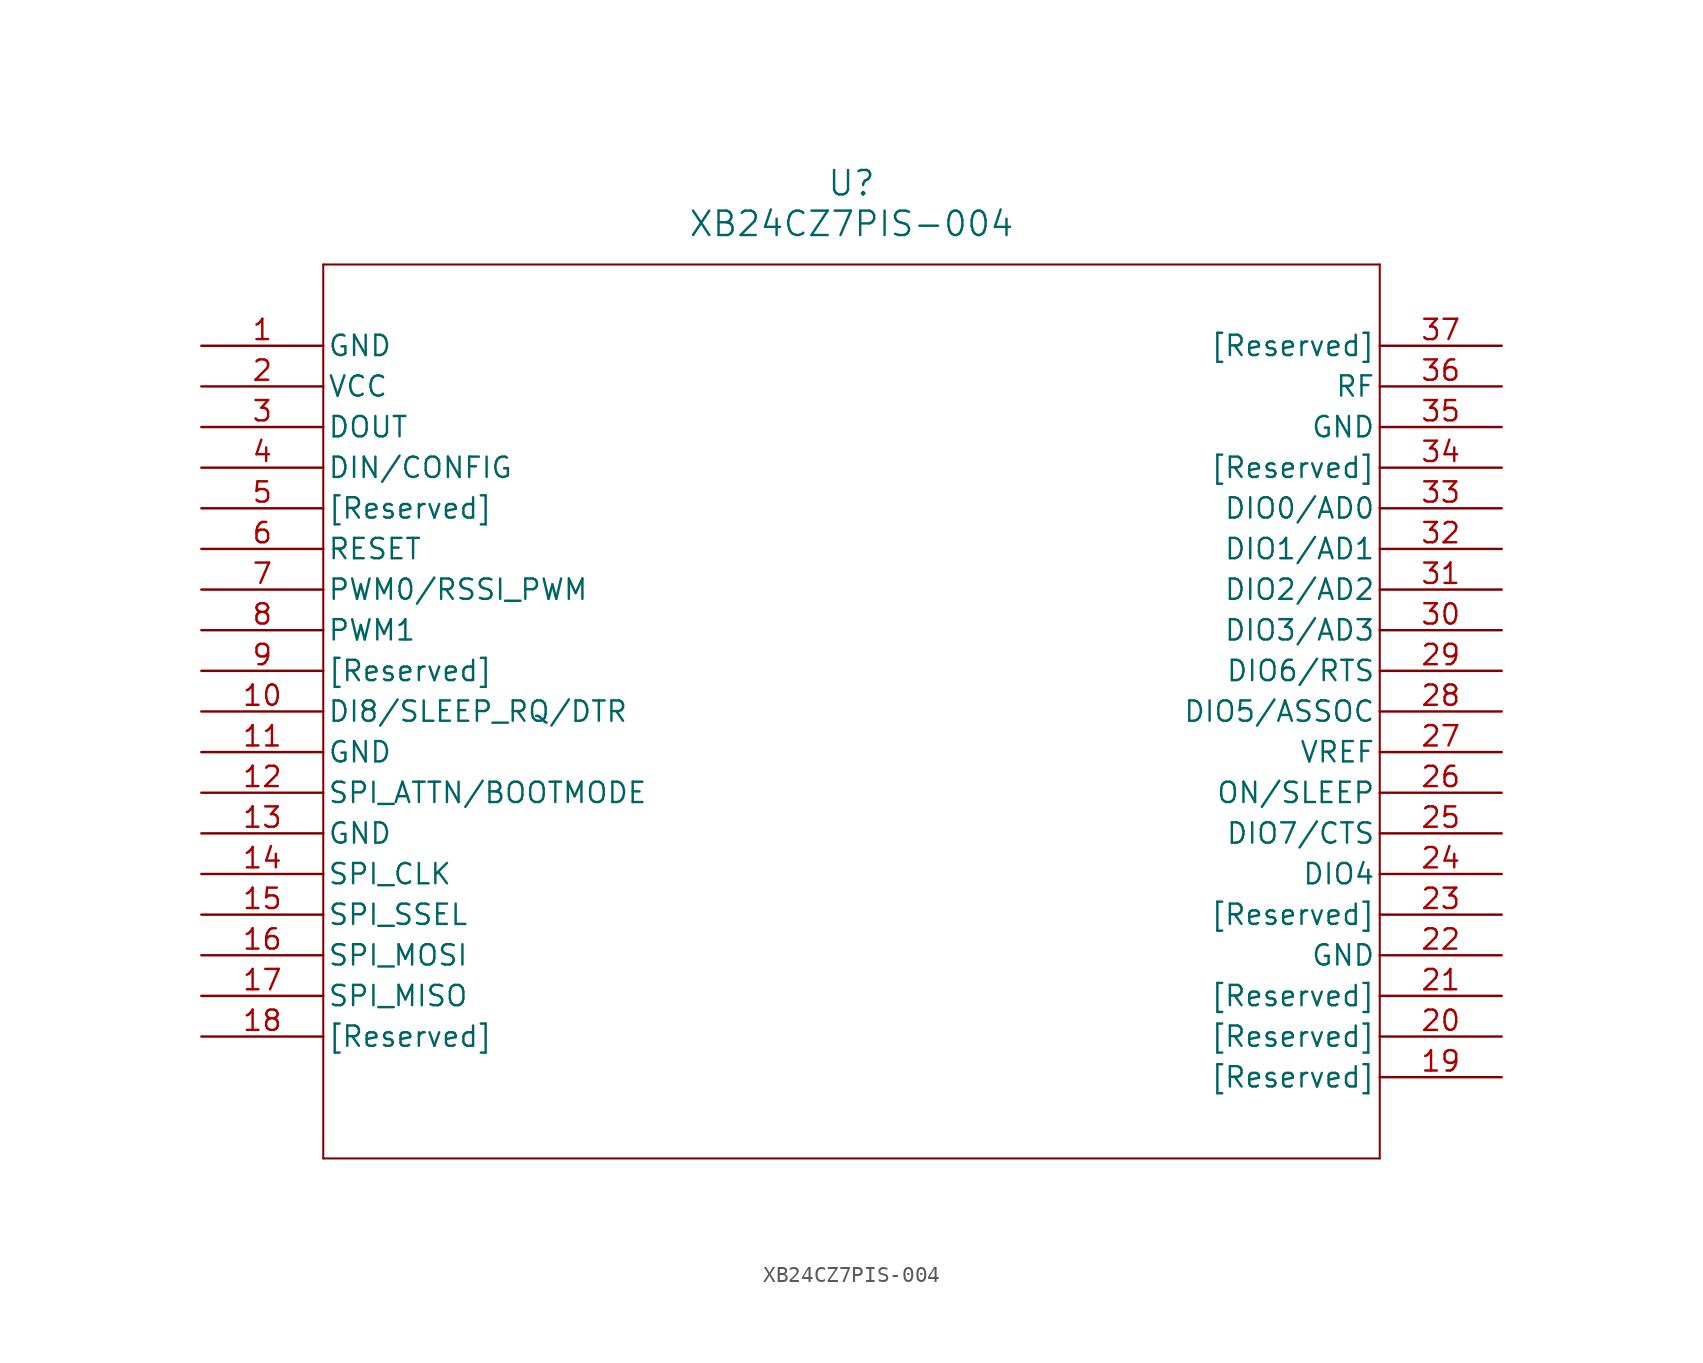
<source format=kicad_sym>
(kicad_symbol_lib
  (version 20211014)
  (generator kicad_symbol_editor)
  (symbol "XB24CZ7PIS-004"
    (pin_names
      (offset 0.254))
    (property "Reference" "U"
      (at 40.64 10.16 0)
      (effects (font (size 1.524 1.524))))
    (property "Value" "XB24CZ7PIS-004"
      (at 40.64 7.62 0)
      (effects (font (size 1.524 1.524))))
    (symbol "XB24CZ7PIS-004_0_1"
      (polyline (pts (xy 7.62 5.08) (xy 7.62 -50.8)) (stroke (width 0.127) (type default) (color 0 0 0 0)) (fill (type none)))
      (polyline (pts (xy 7.62 -50.8) (xy 73.66 -50.8)) (stroke (width 0.127) (type default) (color 0 0 0 0)) (fill (type none)))
      (polyline (pts (xy 73.66 -50.8) (xy 73.66 5.08)) (stroke (width 0.127) (type default) (color 0 0 0 0)) (fill (type none)))
      (polyline (pts (xy 73.66 5.08) (xy 7.62 5.08)) (stroke (width 0.127) (type default) (color 0 0 0 0)) (fill (type none)))
      (pin unspecified line (at 0 0 0) (length 7.62) (name "GND" (effects (font (size 1.27 1.27)))) (number "1" (effects (font (size 1.27 1.27)))))
      (pin unspecified line (at 0 -2.54 0) (length 7.62) (name "VCC" (effects (font (size 1.27 1.27)))) (number "2" (effects (font (size 1.27 1.27)))))
      (pin unspecified line (at 0 -5.08 0) (length 7.62) (name "DOUT" (effects (font (size 1.27 1.27)))) (number "3" (effects (font (size 1.27 1.27)))))
      (pin unspecified line (at 0 -7.62 0) (length 7.62) (name "DIN/CONFIG" (effects (font (size 1.27 1.27)))) (number "4" (effects (font (size 1.27 1.27)))))
      (pin unspecified line (at 0 -10.16 0) (length 7.62) (name "[Reserved]" (effects (font (size 1.27 1.27)))) (number "5" (effects (font (size 1.27 1.27)))))
      (pin unspecified line (at 0 -12.7 0) (length 7.62) (name "RESET" (effects (font (size 1.27 1.27)))) (number "6" (effects (font (size 1.27 1.27)))))
      (pin unspecified line (at 0 -15.24 0) (length 7.62) (name "PWM0/RSSI PWM" (effects (font (size 1.27 1.27)))) (number "7" (effects (font (size 1.27 1.27)))))
      (pin unspecified line (at 0 -17.78 0) (length 7.62) (name "PWM1" (effects (font (size 1.27 1.27)))) (number "8" (effects (font (size 1.27 1.27)))))
      (pin unspecified line (at 0 -20.32 0) (length 7.62) (name "[Reserved]" (effects (font (size 1.27 1.27)))) (number "9" (effects (font (size 1.27 1.27)))))
      (pin unspecified line (at 0 -22.86 0) (length 7.62) (name "DI8/SLEEP_RQ/DTR" (effects (font (size 1.27 1.27)))) (number "10" (effects (font (size 1.27 1.27)))))
      (pin unspecified line (at 0 -25.4 0) (length 7.62) (name "GND" (effects (font (size 1.27 1.27)))) (number "11" (effects (font (size 1.27 1.27)))))
      (pin unspecified line (at 0 -27.94 0) (length 7.62) (name "SPI_ATTN/BOOTMODE" (effects (font (size 1.27 1.27)))) (number "12" (effects (font (size 1.27 1.27)))))
      (pin unspecified line (at 0 -30.48 0) (length 7.62) (name "GND" (effects (font (size 1.27 1.27)))) (number "13" (effects (font (size 1.27 1.27)))))
      (pin unspecified line (at 0 -33.02 0) (length 7.62) (name "SPI_CLK" (effects (font (size 1.27 1.27)))) (number "14" (effects (font (size 1.27 1.27)))))
      (pin unspecified line (at 0 -35.56 0) (length 7.62) (name "SPI_SSEL" (effects (font (size 1.27 1.27)))) (number "15" (effects (font (size 1.27 1.27)))))
      (pin unspecified line (at 0 -38.1 0) (length 7.62) (name "SPI_MOSI" (effects (font (size 1.27 1.27)))) (number "16" (effects (font (size 1.27 1.27)))))
      (pin unspecified line (at 0 -40.64 0) (length 7.62) (name "SPI_MISO" (effects (font (size 1.27 1.27)))) (number "17" (effects (font (size 1.27 1.27)))))
      (pin unspecified line (at 0 -43.18 0) (length 7.62) (name "[Reserved]" (effects (font (size 1.27 1.27)))) (number "18" (effects (font (size 1.27 1.27)))))
      (pin unspecified line (at 81.28 -45.72 180) (length 7.62) (name "[Reserved]" (effects (font (size 1.27 1.27)))) (number "19" (effects (font (size 1.27 1.27)))))
      (pin unspecified line (at 81.28 -43.18 180) (length 7.62) (name "[Reserved]" (effects (font (size 1.27 1.27)))) (number "20" (effects (font (size 1.27 1.27)))))
      (pin unspecified line (at 81.28 -40.64 180) (length 7.62) (name "[Reserved]" (effects (font (size 1.27 1.27)))) (number "21" (effects (font (size 1.27 1.27)))))
      (pin unspecified line (at 81.28 -38.1 180) (length 7.62) (name "GND" (effects (font (size 1.27 1.27)))) (number "22" (effects (font (size 1.27 1.27)))))
      (pin unspecified line (at 81.28 -35.56 180) (length 7.62) (name "[Reserved]" (effects (font (size 1.27 1.27)))) (number "23" (effects (font (size 1.27 1.27)))))
      (pin unspecified line (at 81.28 -33.02 180) (length 7.62) (name "DIO4" (effects (font (size 1.27 1.27)))) (number "24" (effects (font (size 1.27 1.27)))))
      (pin unspecified line (at 81.28 -30.48 180) (length 7.62) (name "DIO7/CTS" (effects (font (size 1.27 1.27)))) (number "25" (effects (font (size 1.27 1.27)))))
      (pin unspecified line (at 81.28 -27.94 180) (length 7.62) (name "ON/SLEEP" (effects (font (size 1.27 1.27)))) (number "26" (effects (font (size 1.27 1.27)))))
      (pin unspecified line (at 81.28 -25.4 180) (length 7.62) (name "VREF" (effects (font (size 1.27 1.27)))) (number "27" (effects (font (size 1.27 1.27)))))
      (pin unspecified line (at 81.28 -22.86 180) (length 7.62) (name "DIO5/ASSOC" (effects (font (size 1.27 1.27)))) (number "28" (effects (font (size 1.27 1.27)))))
      (pin unspecified line (at 81.28 -20.32 180) (length 7.62) (name "DIO6/RTS" (effects (font (size 1.27 1.27)))) (number "29" (effects (font (size 1.27 1.27)))))
      (pin unspecified line (at 81.28 -17.78 180) (length 7.62) (name "DIO3/AD3" (effects (font (size 1.27 1.27)))) (number "30" (effects (font (size 1.27 1.27)))))
      (pin unspecified line (at 81.28 -15.24 180) (length 7.62) (name "DIO2/AD2" (effects (font (size 1.27 1.27)))) (number "31" (effects (font (size 1.27 1.27)))))
      (pin unspecified line (at 81.28 -12.7 180) (length 7.62) (name "DIO1/AD1" (effects (font (size 1.27 1.27)))) (number "32" (effects (font (size 1.27 1.27)))))
      (pin unspecified line (at 81.28 -10.16 180) (length 7.62) (name "DIO0/AD0" (effects (font (size 1.27 1.27)))) (number "33" (effects (font (size 1.27 1.27)))))
      (pin unspecified line (at 81.28 -7.62 180) (length 7.62) (name "[Reserved]" (effects (font (size 1.27 1.27)))) (number "34" (effects (font (size 1.27 1.27)))))
      (pin unspecified line (at 81.28 -5.08 180) (length 7.62) (name "GND" (effects (font (size 1.27 1.27)))) (number "35" (effects (font (size 1.27 1.27)))))
      (pin unspecified line (at 81.28 -2.54 180) (length 7.62) (name "RF" (effects (font (size 1.27 1.27)))) (number "36" (effects (font (size 1.27 1.27)))))
      (pin unspecified line (at 81.28 0 180) (length 7.62) (name "[Reserved]" (effects (font (size 1.27 1.27)))) (number "37" (effects (font (size 1.27 1.27))))))))
</source>
